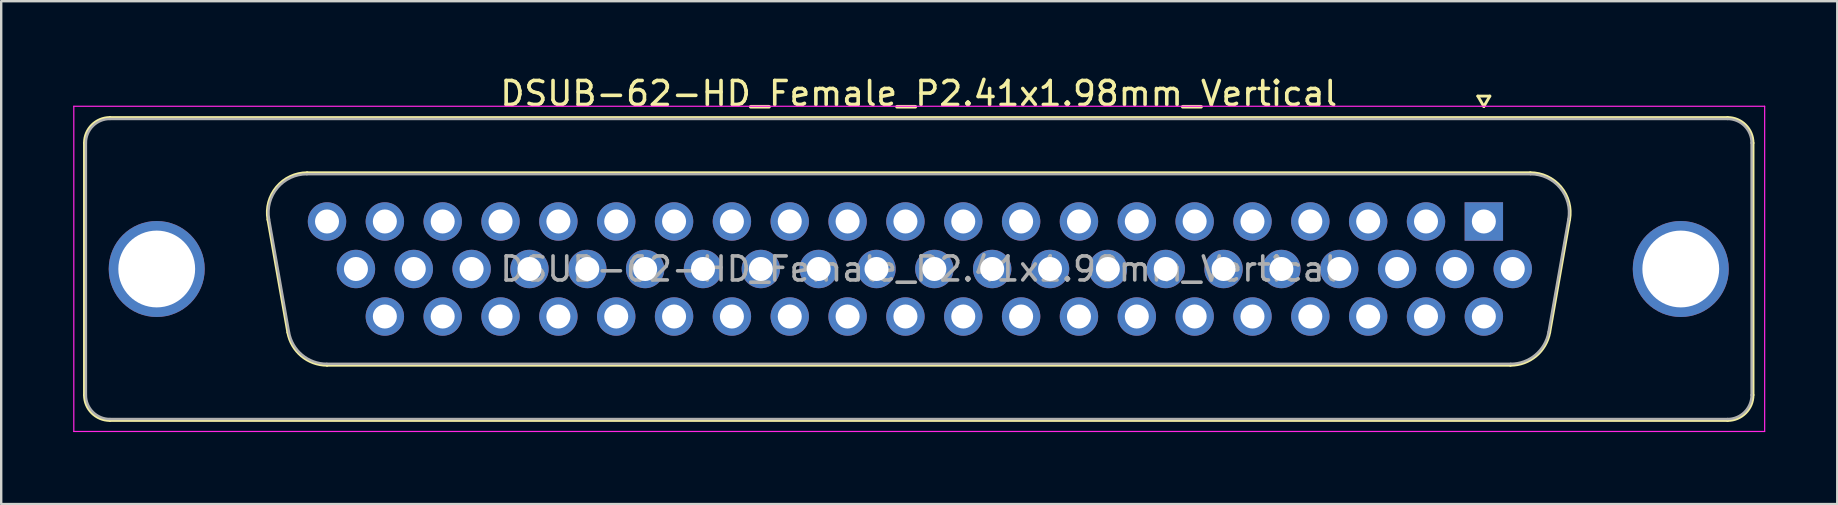
<source format=kicad_pcb>
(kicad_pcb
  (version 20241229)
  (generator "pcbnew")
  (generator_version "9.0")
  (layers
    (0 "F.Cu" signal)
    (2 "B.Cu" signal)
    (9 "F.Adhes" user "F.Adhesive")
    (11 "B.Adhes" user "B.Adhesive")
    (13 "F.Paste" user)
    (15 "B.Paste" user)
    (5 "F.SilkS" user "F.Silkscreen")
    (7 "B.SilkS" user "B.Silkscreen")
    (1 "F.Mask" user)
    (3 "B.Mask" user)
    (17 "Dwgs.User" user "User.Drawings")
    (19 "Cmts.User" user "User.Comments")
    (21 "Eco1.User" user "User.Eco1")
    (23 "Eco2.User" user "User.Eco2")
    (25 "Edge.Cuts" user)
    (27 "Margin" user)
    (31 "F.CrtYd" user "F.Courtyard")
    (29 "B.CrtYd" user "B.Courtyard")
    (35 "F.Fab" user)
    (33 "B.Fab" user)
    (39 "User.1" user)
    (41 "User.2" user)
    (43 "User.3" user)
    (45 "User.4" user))
  (footprint "DSUB-62-HD_Female_P2.41x1.98mm_Vertical"
    (layer "F.Cu")
    (at 58.775 6.178)
    (property "Reference" "DSUB-62-HD_Female_P2.41x1.98mm_Vertical" (at -23.545 -5.33 0) (layer "F.SilkS") (effects (font (size 1 1) (thickness 0.15))))
    (attr through_hole)
    (fp_line (start -58.305 7.23) (end -58.305 -3.27) (stroke (width 0.12) (type solid)) (layer "F.SilkS"))
    (fp_line (start -57.245 -4.33) (end 10.155 -4.33) (stroke (width 0.12) (type solid)) (layer "F.SilkS"))
    (fp_line (start -50.661 -0.082) (end -49.833 4.618) (stroke (width 0.12) (type solid)) (layer "F.SilkS"))
    (fp_line (start -49.027 -2.03) (end 1.937 -2.03) (stroke (width 0.12) (type solid)) (layer "F.SilkS"))
    (fp_line (start -48.198 5.99) (end 1.108 5.99) (stroke (width 0.12) (type solid)) (layer "F.SilkS"))
    (fp_line (start -0.25 -5.224) (end 0.25 -5.224) (stroke (width 0.12) (type solid)) (layer "F.SilkS"))
    (fp_line (start 0 -4.791) (end -0.25 -5.224) (stroke (width 0.12) (type solid)) (layer "F.SilkS"))
    (fp_line (start 0.25 -5.224) (end 0 -4.791) (stroke (width 0.12) (type solid)) (layer "F.SilkS"))
    (fp_line (start 3.571 -0.082) (end 2.743 4.618) (stroke (width 0.12) (type solid)) (layer "F.SilkS"))
    (fp_line (start 10.155 8.29) (end -57.245 8.29) (stroke (width 0.12) (type solid)) (layer "F.SilkS"))
    (fp_line (start 11.215 -3.27) (end 11.215 7.23) (stroke (width 0.12) (type solid)) (layer "F.SilkS"))
    (fp_arc (start -58.305 -3.27) (mid -57.994533 -4.019533) (end -57.245 -4.33) (stroke (width 0.12) (type solid)) (layer "F.SilkS"))
    (fp_arc (start -57.245 8.29) (mid -57.994533 7.979533) (end -58.305 7.23) (stroke (width 0.12) (type solid)) (layer "F.SilkS"))
    (fp_arc (start -50.66147 -0.081744) (mid -50.298323 -1.437028) (end -49.026689 -2.03) (stroke (width 0.12) (type solid)) (layer "F.SilkS"))
    (fp_arc (start -48.197952 5.99) (mid -49.264979 5.601634) (end -49.832733 4.618256) (stroke (width 0.12) (type solid)) (layer "F.SilkS"))
    (fp_arc (start 1.936689 -2.03) (mid 3.208323 -1.437027) (end 3.57147 -0.081744) (stroke (width 0.12) (type solid)) (layer "F.SilkS"))
    (fp_arc (start 2.742733 4.618256) (mid 2.17498 5.601634) (end 1.107952 5.99) (stroke (width 0.12) (type solid)) (layer "F.SilkS"))
    (fp_arc (start 10.155 -4.33) (mid 10.904533 -4.019533) (end 11.215 -3.27) (stroke (width 0.12) (type solid)) (layer "F.SilkS"))
    (fp_arc (start 11.215 7.23) (mid 10.904533 7.979533) (end 10.155 8.29) (stroke (width 0.12) (type solid)) (layer "F.SilkS"))
    (fp_line (start -58.75 -4.8) (end -58.75 8.75) (stroke (width 0.05) (type solid)) (layer "F.CrtYd"))
    (fp_line (start -58.75 8.75) (end 11.7 8.75) (stroke (width 0.05) (type solid)) (layer "F.CrtYd"))
    (fp_line (start 11.7 -4.8) (end -58.75 -4.8) (stroke (width 0.05) (type solid)) (layer "F.CrtYd"))
    (fp_line (start 11.7 8.75) (end 11.7 -4.8) (stroke (width 0.05) (type solid)) (layer "F.CrtYd"))
    (fp_line (start -58.245 7.23) (end -58.245 -3.27) (stroke (width 0.1) (type solid)) (layer "F.Fab"))
    (fp_line (start -57.245 -4.27) (end 10.155 -4.27) (stroke (width 0.1) (type solid)) (layer "F.Fab"))
    (fp_line (start -50.614 -0.092) (end -49.785 4.608) (stroke (width 0.1) (type solid)) (layer "F.Fab"))
    (fp_line (start -49.038 -1.97) (end 1.948 -1.97) (stroke (width 0.1) (type solid)) (layer "F.Fab"))
    (fp_line (start -48.209 5.93) (end 1.119 5.93) (stroke (width 0.1) (type solid)) (layer "F.Fab"))
    (fp_line (start 3.524 -0.092) (end 2.695 4.608) (stroke (width 0.1) (type solid)) (layer "F.Fab"))
    (fp_line (start 10.155 8.23) (end -57.245 8.23) (stroke (width 0.1) (type solid)) (layer "F.Fab"))
    (fp_line (start 11.155 -3.27) (end 11.155 7.23) (stroke (width 0.1) (type solid)) (layer "F.Fab"))
    (fp_arc (start -58.245 -3.27) (mid -57.952107 -3.977107) (end -57.245 -4.27) (stroke (width 0.1) (type solid)) (layer "F.Fab"))
    (fp_arc (start -57.245 8.23) (mid -57.952107 7.937107) (end -58.245 7.23) (stroke (width 0.1) (type solid)) (layer "F.Fab"))
    (fp_arc (start -50.613886 -0.092163) (mid -50.263865 -1.39846) (end -49.038194 -1.97) (stroke (width 0.1) (type solid)) (layer "F.Fab"))
    (fp_arc (start -48.209457 5.93) (mid -49.237917 5.555671) (end -49.785149 4.607837) (stroke (width 0.1) (type solid)) (layer "F.Fab"))
    (fp_arc (start 1.948194 -1.97) (mid 3.173865 -1.39846) (end 3.523886 -0.092163) (stroke (width 0.1) (type solid)) (layer "F.Fab"))
    (fp_arc (start 2.695149 4.607837) (mid 2.147917 5.555671) (end 1.119457 5.93) (stroke (width 0.1) (type solid)) (layer "F.Fab"))
    (fp_arc (start 10.155 -4.27) (mid 10.862107 -3.977107) (end 11.155 -3.27) (stroke (width 0.1) (type solid)) (layer "F.Fab"))
    (fp_arc (start 11.155 7.23) (mid 10.862107 7.937107) (end 10.155 8.23) (stroke (width 0.1) (type solid)) (layer "F.Fab"))
    (fp_text user "${REFERENCE}" (at -23.545 1.98 0) (layer "F.Fab") (effects (font (size 1 1) (thickness 0.15))))
    (pad "0" thru_hole circle (at -55.295 1.98) (size 4 4) (drill 3.2) (layers "*.Cu" "*.Mask"))
    (pad "0" thru_hole circle (at 8.205 1.98) (size 4 4) (drill 3.2) (layers "*.Cu" "*.Mask"))
    (pad "1" thru_hole rect (at 0 0) (size 1.6 1.6) (drill 1) (layers "*.Cu" "*.Mask"))
    (pad "2" thru_hole circle (at -2.41 0) (size 1.6 1.6) (drill 1) (layers "*.Cu" "*.Mask"))
    (pad "3" thru_hole circle (at -4.82 0) (size 1.6 1.6) (drill 1) (layers "*.Cu" "*.Mask"))
    (pad "4" thru_hole circle (at -7.23 0) (size 1.6 1.6) (drill 1) (layers "*.Cu" "*.Mask"))
    (pad "5" thru_hole circle (at -9.64 0) (size 1.6 1.6) (drill 1) (layers "*.Cu" "*.Mask"))
    (pad "6" thru_hole circle (at -12.05 0) (size 1.6 1.6) (drill 1) (layers "*.Cu" "*.Mask"))
    (pad "7" thru_hole circle (at -14.46 0) (size 1.6 1.6) (drill 1) (layers "*.Cu" "*.Mask"))
    (pad "8" thru_hole circle (at -16.87 0) (size 1.6 1.6) (drill 1) (layers "*.Cu" "*.Mask"))
    (pad "9" thru_hole circle (at -19.28 0) (size 1.6 1.6) (drill 1) (layers "*.Cu" "*.Mask"))
    (pad "10" thru_hole circle (at -21.69 0) (size 1.6 1.6) (drill 1) (layers "*.Cu" "*.Mask"))
    (pad "11" thru_hole circle (at -24.1 0) (size 1.6 1.6) (drill 1) (layers "*.Cu" "*.Mask"))
    (pad "12" thru_hole circle (at -26.51 0) (size 1.6 1.6) (drill 1) (layers "*.Cu" "*.Mask"))
    (pad "13" thru_hole circle (at -28.92 0) (size 1.6 1.6) (drill 1) (layers "*.Cu" "*.Mask"))
    (pad "14" thru_hole circle (at -31.33 0) (size 1.6 1.6) (drill 1) (layers "*.Cu" "*.Mask"))
    (pad "15" thru_hole circle (at -33.74 0) (size 1.6 1.6) (drill 1) (layers "*.Cu" "*.Mask"))
    (pad "16" thru_hole circle (at -36.15 0) (size 1.6 1.6) (drill 1) (layers "*.Cu" "*.Mask"))
    (pad "17" thru_hole circle (at -38.56 0) (size 1.6 1.6) (drill 1) (layers "*.Cu" "*.Mask"))
    (pad "18" thru_hole circle (at -40.97 0) (size 1.6 1.6) (drill 1) (layers "*.Cu" "*.Mask"))
    (pad "19" thru_hole circle (at -43.38 0) (size 1.6 1.6) (drill 1) (layers "*.Cu" "*.Mask"))
    (pad "20" thru_hole circle (at -45.79 0) (size 1.6 1.6) (drill 1) (layers "*.Cu" "*.Mask"))
    (pad "21" thru_hole circle (at -48.2 0) (size 1.6 1.6) (drill 1) (layers "*.Cu" "*.Mask"))
    (pad "22" thru_hole circle (at 1.205 1.98) (size 1.6 1.6) (drill 1) (layers "*.Cu" "*.Mask"))
    (pad "23" thru_hole circle (at -1.205 1.98) (size 1.6 1.6) (drill 1) (layers "*.Cu" "*.Mask"))
    (pad "24" thru_hole circle (at -3.615 1.98) (size 1.6 1.6) (drill 1) (layers "*.Cu" "*.Mask"))
    (pad "25" thru_hole circle (at -6.025 1.98) (size 1.6 1.6) (drill 1) (layers "*.Cu" "*.Mask"))
    (pad "26" thru_hole circle (at -8.435 1.98) (size 1.6 1.6) (drill 1) (layers "*.Cu" "*.Mask"))
    (pad "27" thru_hole circle (at -10.845 1.98) (size 1.6 1.6) (drill 1) (layers "*.Cu" "*.Mask"))
    (pad "28" thru_hole circle (at -13.255 1.98) (size 1.6 1.6) (drill 1) (layers "*.Cu" "*.Mask"))
    (pad "29" thru_hole circle (at -15.665 1.98) (size 1.6 1.6) (drill 1) (layers "*.Cu" "*.Mask"))
    (pad "30" thru_hole circle (at -18.075 1.98) (size 1.6 1.6) (drill 1) (layers "*.Cu" "*.Mask"))
    (pad "31" thru_hole circle (at -20.485 1.98) (size 1.6 1.6) (drill 1) (layers "*.Cu" "*.Mask"))
    (pad "32" thru_hole circle (at -22.895 1.98) (size 1.6 1.6) (drill 1) (layers "*.Cu" "*.Mask"))
    (pad "33" thru_hole circle (at -25.305 1.98) (size 1.6 1.6) (drill 1) (layers "*.Cu" "*.Mask"))
    (pad "34" thru_hole circle (at -27.715 1.98) (size 1.6 1.6) (drill 1) (layers "*.Cu" "*.Mask"))
    (pad "35" thru_hole circle (at -30.125 1.98) (size 1.6 1.6) (drill 1) (layers "*.Cu" "*.Mask"))
    (pad "36" thru_hole circle (at -32.535 1.98) (size 1.6 1.6) (drill 1) (layers "*.Cu" "*.Mask"))
    (pad "37" thru_hole circle (at -34.945 1.98) (size 1.6 1.6) (drill 1) (layers "*.Cu" "*.Mask"))
    (pad "38" thru_hole circle (at -37.355 1.98) (size 1.6 1.6) (drill 1) (layers "*.Cu" "*.Mask"))
    (pad "39" thru_hole circle (at -39.765 1.98) (size 1.6 1.6) (drill 1) (layers "*.Cu" "*.Mask"))
    (pad "40" thru_hole circle (at -42.175 1.98) (size 1.6 1.6) (drill 1) (layers "*.Cu" "*.Mask"))
    (pad "41" thru_hole circle (at -44.585 1.98) (size 1.6 1.6) (drill 1) (layers "*.Cu" "*.Mask"))
    (pad "42" thru_hole circle (at -46.995 1.98) (size 1.6 1.6) (drill 1) (layers "*.Cu" "*.Mask"))
    (pad "43" thru_hole circle (at 0 3.96) (size 1.6 1.6) (drill 1) (layers "*.Cu" "*.Mask"))
    (pad "44" thru_hole circle (at -2.41 3.96) (size 1.6 1.6) (drill 1) (layers "*.Cu" "*.Mask"))
    (pad "45" thru_hole circle (at -4.82 3.96) (size 1.6 1.6) (drill 1) (layers "*.Cu" "*.Mask"))
    (pad "46" thru_hole circle (at -7.23 3.96) (size 1.6 1.6) (drill 1) (layers "*.Cu" "*.Mask"))
    (pad "47" thru_hole circle (at -9.64 3.96) (size 1.6 1.6) (drill 1) (layers "*.Cu" "*.Mask"))
    (pad "48" thru_hole circle (at -12.05 3.96) (size 1.6 1.6) (drill 1) (layers "*.Cu" "*.Mask"))
    (pad "49" thru_hole circle (at -14.46 3.96) (size 1.6 1.6) (drill 1) (layers "*.Cu" "*.Mask"))
    (pad "50" thru_hole circle (at -16.87 3.96) (size 1.6 1.6) (drill 1) (layers "*.Cu" "*.Mask"))
    (pad "51" thru_hole circle (at -19.28 3.96) (size 1.6 1.6) (drill 1) (layers "*.Cu" "*.Mask"))
    (pad "52" thru_hole circle (at -21.69 3.96) (size 1.6 1.6) (drill 1) (layers "*.Cu" "*.Mask"))
    (pad "53" thru_hole circle (at -24.1 3.96) (size 1.6 1.6) (drill 1) (layers "*.Cu" "*.Mask"))
    (pad "54" thru_hole circle (at -26.51 3.96) (size 1.6 1.6) (drill 1) (layers "*.Cu" "*.Mask"))
    (pad "55" thru_hole circle (at -28.92 3.96) (size 1.6 1.6) (drill 1) (layers "*.Cu" "*.Mask"))
    (pad "56" thru_hole circle (at -31.33 3.96) (size 1.6 1.6) (drill 1) (layers "*.Cu" "*.Mask"))
    (pad "57" thru_hole circle (at -33.74 3.96) (size 1.6 1.6) (drill 1) (layers "*.Cu" "*.Mask"))
    (pad "58" thru_hole circle (at -36.15 3.96) (size 1.6 1.6) (drill 1) (layers "*.Cu" "*.Mask"))
    (pad "59" thru_hole circle (at -38.56 3.96) (size 1.6 1.6) (drill 1) (layers "*.Cu" "*.Mask"))
    (pad "60" thru_hole circle (at -40.97 3.96) (size 1.6 1.6) (drill 1) (layers "*.Cu" "*.Mask"))
    (pad "61" thru_hole circle (at -43.38 3.96) (size 1.6 1.6) (drill 1) (layers "*.Cu" "*.Mask"))
    (pad "62" thru_hole circle (at -45.79 3.96) (size 1.6 1.6) (drill 1) (layers "*.Cu" "*.Mask")))
  (gr_rect
    (start -3 -3)
    (end 73.5 17.953)
    (stroke (width 0.1) (type default))
    (fill no)
    (layer "Edge.Cuts")))
</source>
